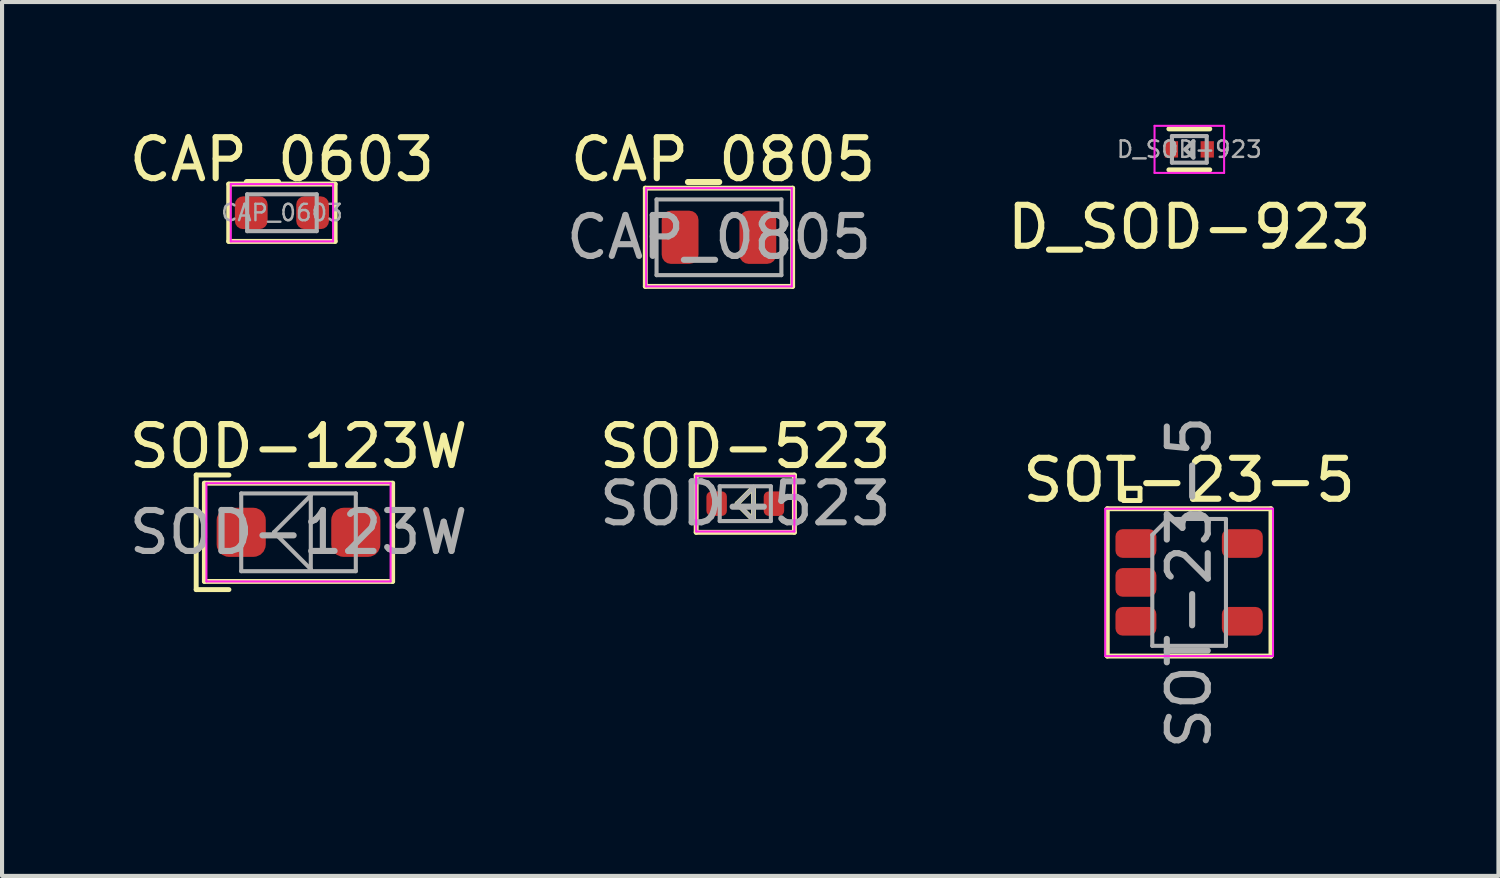
<source format=kicad_pcb>
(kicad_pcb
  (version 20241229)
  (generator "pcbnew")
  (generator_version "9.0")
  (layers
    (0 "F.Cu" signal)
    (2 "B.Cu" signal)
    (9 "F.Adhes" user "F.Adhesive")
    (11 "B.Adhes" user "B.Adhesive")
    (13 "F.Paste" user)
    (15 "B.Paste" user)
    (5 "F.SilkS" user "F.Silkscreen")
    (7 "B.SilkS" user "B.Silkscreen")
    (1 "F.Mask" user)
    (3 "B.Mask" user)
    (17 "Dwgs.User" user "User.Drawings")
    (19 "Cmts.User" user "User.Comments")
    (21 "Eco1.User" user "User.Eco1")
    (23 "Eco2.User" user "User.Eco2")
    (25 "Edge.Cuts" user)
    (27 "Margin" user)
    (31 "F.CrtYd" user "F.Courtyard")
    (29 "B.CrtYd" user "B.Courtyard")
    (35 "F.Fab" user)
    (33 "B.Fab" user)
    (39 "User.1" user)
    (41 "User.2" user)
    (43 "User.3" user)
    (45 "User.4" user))
  (footprint "D_SOD-923"
    (layer "F.Cu")
    (at 26.011 0.6)
    (property "Reference" "D_SOD-923" (at 0 1.9 0) (layer "F.SilkS") (effects (font (size 1 1) (thickness 0.15))))
    (attr through_hole)
    (fp_line (start -0.5 0.5) (end 0.5 0.5) (stroke (width 0.12) (type solid)) (layer "F.SilkS"))
    (fp_line (start 0.5 -0.5) (end -0.5 -0.5) (stroke (width 0.12) (type solid)) (layer "F.SilkS"))
    (fp_line (start -0.85 -0.575) (end 0.85 -0.575) (stroke (width 0.05) (type solid)) (layer "F.CrtYd"))
    (fp_line (start -0.85 0.575) (end -0.85 -0.575) (stroke (width 0.05) (type solid)) (layer "F.CrtYd"))
    (fp_line (start -0.85 0.575) (end 0.85 0.575) (stroke (width 0.05) (type solid)) (layer "F.CrtYd"))
    (fp_line (start 0.85 0.575) (end 0.85 -0.575) (stroke (width 0.05) (type solid)) (layer "F.CrtYd"))
    (fp_line (start -0.425 -0.325) (end 0.425 -0.325) (stroke (width 0.1) (type solid)) (layer "F.Fab"))
    (fp_line (start -0.425 0.325) (end -0.425 -0.325) (stroke (width 0.1) (type solid)) (layer "F.Fab"))
    (fp_line (start -0.425 0.325) (end 0.425 0.325) (stroke (width 0.1) (type solid)) (layer "F.Fab"))
    (fp_line (start -0.1 0) (end 0.1 0.2) (stroke (width 0.1) (type solid)) (layer "F.Fab"))
    (fp_line (start 0.1 -0.2) (end -0.1 0) (stroke (width 0.1) (type solid)) (layer "F.Fab"))
    (fp_line (start 0.1 0.2) (end 0.1 -0.2) (stroke (width 0.1) (type solid)) (layer "F.Fab"))
    (fp_line (start 0.425 0.325) (end 0.425 -0.325) (stroke (width 0.1) (type solid)) (layer "F.Fab"))
    (fp_text user "${REFERENCE}" (at 0 0 0) (layer "F.Fab") (effects (font (size 0.4 0.4) (thickness 0.06))))
    (pad "A" smd rect (at 0.438 0) (size 0.325 0.4) (layers "F.Cu" "F.Mask" "F.Paste"))
    (pad "K" smd rect (at -0.438 0) (size 0.325 0.4) (layers "F.Cu" "F.Mask" "F.Paste")))
  (footprint "CAP_0603"
    (layer "F.Cu")
    (at 3.839 2.148)
    (property "Reference" "CAP_0603" (at 0 -1.3 0) (layer "F.SilkS") (effects (font (size 1 1) (thickness 0.15))))
    (attr smd)
    (fp_line (start -1.3 -0.7) (end 1.3 -0.7) (stroke (width 0.12) (type solid)) (layer "F.SilkS"))
    (fp_line (start -1.3 0.7) (end -1.3 -0.7) (stroke (width 0.12) (type solid)) (layer "F.SilkS"))
    (fp_line (start 1.3 -0.7) (end 1.3 0.7) (stroke (width 0.12) (type solid)) (layer "F.SilkS"))
    (fp_line (start 1.3 0.7) (end -1.3 0.7) (stroke (width 0.12) (type solid)) (layer "F.SilkS"))
    (fp_line (start -1.25 -0.7) (end -1.25 0.7) (stroke (width 0.05) (type solid)) (layer "F.CrtYd"))
    (fp_line (start -1.25 -0.7) (end 1.25 -0.7) (stroke (width 0.05) (type solid)) (layer "F.CrtYd"))
    (fp_line (start -1.25 0.7) (end 1.25 0.7) (stroke (width 0.05) (type solid)) (layer "F.CrtYd"))
    (fp_line (start 1.25 0.7) (end 1.25 -0.7) (stroke (width 0.05) (type solid)) (layer "F.CrtYd"))
    (fp_line (start -0.85 -0.45) (end -0.85 0.45) (stroke (width 0.1) (type solid)) (layer "F.Fab"))
    (fp_line (start -0.85 -0.45) (end 0.85 -0.45) (stroke (width 0.1) (type solid)) (layer "F.Fab"))
    (fp_line (start -0.85 0.45) (end 0.85 0.45) (stroke (width 0.1) (type solid)) (layer "F.Fab"))
    (fp_line (start 0.85 0.45) (end 0.85 -0.45) (stroke (width 0.1) (type solid)) (layer "F.Fab"))
    (fp_text user "${REFERENCE}" (at 0 0 0) (layer "F.Fab") (effects (font (size 0.4 0.4) (thickness 0.06))))
    (pad "1" smd roundrect (at -0.75 0) (size 0.8 0.8) (layers "F.Cu" "F.Mask" "F.Paste") (roundrect_rratio 0.25))
    (pad "2" smd roundrect (at 0.75 0) (size 0.8 0.8) (layers "F.Cu" "F.Mask" "F.Paste") (roundrect_rratio 0.25)))
  (footprint "SOT-23-5"
    (layer "F.Cu")
    (at 26.006 11.181)
    (property "Reference" "SOT-23-5" (at 0 -2.5 0) (layer "F.SilkS") (effects (font (size 1 1) (thickness 0.15))))
    (attr smd)
    (fp_line (start -2 -1.8) (end -2 1.8) (stroke (width 0.12) (type solid)) (layer "F.SilkS"))
    (fp_line (start -2 1.8) (end 2 1.8) (stroke (width 0.12) (type solid)) (layer "F.SilkS"))
    (fp_line (start -1.6 -2.3) (end -1.6 -2) (stroke (width 0.12) (type solid)) (layer "F.SilkS"))
    (fp_line (start -1.6 -2) (end -1.2 -2) (stroke (width 0.12) (type solid)) (layer "F.SilkS"))
    (fp_line (start -1.2 -2.3) (end -1.6 -2.3) (stroke (width 0.12) (type solid)) (layer "F.SilkS"))
    (fp_line (start -1.2 -2) (end -1.2 -2.3) (stroke (width 0.12) (type solid)) (layer "F.SilkS"))
    (fp_line (start 2 -1.8) (end -2 -1.8) (stroke (width 0.12) (type solid)) (layer "F.SilkS"))
    (fp_line (start 2 1.8) (end 2 -1.8) (stroke (width 0.12) (type solid)) (layer "F.SilkS"))
    (fp_line (start -2.05 -1.8) (end -2.05 1.8) (stroke (width 0.05) (type solid)) (layer "F.CrtYd"))
    (fp_line (start -2.05 -1.8) (end 2.05 -1.8) (stroke (width 0.05) (type solid)) (layer "F.CrtYd"))
    (fp_line (start -2.05 1.8) (end 2.05 1.8) (stroke (width 0.05) (type solid)) (layer "F.CrtYd"))
    (fp_line (start 2.05 -1.8) (end 2.05 1.8) (stroke (width 0.05) (type solid)) (layer "F.CrtYd"))
    (fp_line (start -0.9 -1.163) (end -0.9 1.55) (stroke (width 0.1) (type solid)) (layer "F.Fab"))
    (fp_line (start -0.9 -1.163) (end -0.512 -1.55) (stroke (width 0.1) (type solid)) (layer "F.Fab"))
    (fp_line (start -0.9 1.55) (end 0.9 1.55) (stroke (width 0.1) (type solid)) (layer "F.Fab"))
    (fp_line (start -0.512 -1.55) (end 0.9 -1.55) (stroke (width 0.1) (type solid)) (layer "F.Fab"))
    (fp_line (start 0.9 -1.55) (end 0.9 1.55) (stroke (width 0.1) (type solid)) (layer "F.Fab"))
    (fp_text user "${REFERENCE}" (at 0 0 90) (layer "F.Fab") (effects (font (size 1 1) (thickness 0.15))))
    (pad "1" smd roundrect (at -1.3 -0.95) (size 1 0.7) (layers "F.Cu" "F.Mask" "F.Paste") (roundrect_rratio 0.25))
    (pad "2" smd roundrect (at -1.3 0) (size 1 0.7) (layers "F.Cu" "F.Mask" "F.Paste") (roundrect_rratio 0.25))
    (pad "3" smd roundrect (at -1.3 0.95) (size 1 0.7) (layers "F.Cu" "F.Mask" "F.Paste") (roundrect_rratio 0.25))
    (pad "4" smd roundrect (at 1.3 0.95) (size 1 0.7) (layers "F.Cu" "F.Mask" "F.Paste") (roundrect_rratio 0.25))
    (pad "5" smd roundrect (at 1.3 -0.95) (size 1 0.7) (layers "F.Cu" "F.Mask" "F.Paste") (roundrect_rratio 0.25)))
  (footprint "CAP_0805"
    (layer "F.Cu")
    (at 14.518 2.748)
    (property "Reference" "CAP_0805" (at 0.1 -1.9 0) (layer "F.SilkS") (effects (font (size 1 1) (thickness 0.15))))
    (attr through_hole)
    (fp_line (start -1.8 -1.2) (end -1.8 1.2) (stroke (width 0.12) (type solid)) (layer "F.SilkS"))
    (fp_line (start -1.8 1.2) (end 1.8 1.2) (stroke (width 0.12) (type solid)) (layer "F.SilkS"))
    (fp_line (start 1.8 -1.2) (end -1.8 -1.2) (stroke (width 0.12) (type solid)) (layer "F.SilkS"))
    (fp_line (start 1.8 1.2) (end 1.8 -1.2) (stroke (width 0.12) (type solid)) (layer "F.SilkS"))
    (fp_line (start -1.78 -1.2) (end -1.78 1.2) (stroke (width 0.05) (type solid)) (layer "F.CrtYd"))
    (fp_line (start -1.78 -1.2) (end 1.78 -1.2) (stroke (width 0.05) (type solid)) (layer "F.CrtYd"))
    (fp_line (start -1.78 1.2) (end 1.78 1.2) (stroke (width 0.05) (type solid)) (layer "F.CrtYd"))
    (fp_line (start 1.78 -1.2) (end 1.78 1.2) (stroke (width 0.05) (type solid)) (layer "F.CrtYd"))
    (fp_line (start -1.525 -0.925) (end 1.525 -0.925) (stroke (width 0.1) (type solid)) (layer "F.Fab"))
    (fp_line (start -1.525 0.925) (end -1.525 -0.925) (stroke (width 0.1) (type solid)) (layer "F.Fab"))
    (fp_line (start -1.525 0.925) (end 1.525 0.925) (stroke (width 0.1) (type solid)) (layer "F.Fab"))
    (fp_line (start 1.525 0.925) (end 1.525 -0.925) (stroke (width 0.1) (type solid)) (layer "F.Fab"))
    (fp_text user "${REFERENCE}" (at 0 0 0) (layer "F.Fab") (effects (font (size 1 1) (thickness 0.15))))
    (pad "1" smd roundrect (at -0.95 0) (size 0.9 1.3) (layers "F.Cu" "F.Mask" "F.Paste") (roundrect_rratio 0.25))
    (pad "2" smd roundrect (at 0.95 0) (size 0.9 1.3) (layers "F.Cu" "F.Mask" "F.Paste") (roundrect_rratio 0.25)))
  (footprint "SOD-523"
    (layer "F.Cu")
    (at 15.161 9.257)
    (property "Reference" "SOD-523" (at 0 -1.4 0) (layer "F.SilkS") (effects (font (size 1 1) (thickness 0.15))))
    (attr smd)
    (fp_line (start -1.2 -0.7) (end 1.2 -0.7) (stroke (width 0.12) (type solid)) (layer "F.SilkS"))
    (fp_line (start -1.2 0.7) (end -1.2 -0.7) (stroke (width 0.12) (type solid)) (layer "F.SilkS"))
    (fp_line (start -0.2 0) (end 0.2 -0.4) (stroke (width 0.12) (type solid)) (layer "F.SilkS"))
    (fp_line (start 0.2 -0.4) (end 0.2 0.4) (stroke (width 0.12) (type solid)) (layer "F.SilkS"))
    (fp_line (start 0.2 0.4) (end -0.2 0) (stroke (width 0.12) (type solid)) (layer "F.SilkS"))
    (fp_line (start 1.2 -0.7) (end 1.2 0.7) (stroke (width 0.12) (type solid)) (layer "F.SilkS"))
    (fp_line (start 1.2 0.7) (end -1.2 0.7) (stroke (width 0.12) (type solid)) (layer "F.SilkS"))
    (fp_line (start -1.2 -0.68) (end -1.2 0.68) (stroke (width 0.05) (type solid)) (layer "F.CrtYd"))
    (fp_line (start -1.2 -0.68) (end 1.2 -0.68) (stroke (width 0.05) (type solid)) (layer "F.CrtYd"))
    (fp_line (start -1.2 0.68) (end 1.2 0.68) (stroke (width 0.05) (type solid)) (layer "F.CrtYd"))
    (fp_line (start 1.2 -0.68) (end 1.2 0.68) (stroke (width 0.05) (type solid)) (layer "F.CrtYd"))
    (fp_line (start -0.625 -0.425) (end -0.625 0.425) (stroke (width 0.1) (type solid)) (layer "F.Fab"))
    (fp_line (start -0.625 -0.425) (end 0.625 -0.425) (stroke (width 0.1) (type solid)) (layer "F.Fab"))
    (fp_line (start -0.625 0.425) (end 0.625 0.425) (stroke (width 0.1) (type solid)) (layer "F.Fab"))
    (fp_line (start -0.2 0) (end 0.2 -0.4) (stroke (width 0.1) (type solid)) (layer "F.Fab"))
    (fp_line (start 0.2 -0.4) (end 0.2 0.4) (stroke (width 0.1) (type solid)) (layer "F.Fab"))
    (fp_line (start 0.2 0.4) (end -0.2 0) (stroke (width 0.1) (type solid)) (layer "F.Fab"))
    (fp_line (start 0.625 -0.425) (end 0.625 0.425) (stroke (width 0.1) (type solid)) (layer "F.Fab"))
    (fp_text user "${REFERENCE}" (at 0 0 0) (layer "F.Fab") (effects (font (size 1 1) (thickness 0.15))))
    (pad "A" smd roundrect (at 0.7 0) (size 0.5 0.6) (layers "F.Cu" "F.Mask" "F.Paste") (roundrect_rratio 0.25))
    (pad "K" smd roundrect (at -0.7 0) (size 0.5 0.6) (layers "F.Cu" "F.Mask" "F.Paste") (roundrect_rratio 0.25)))
  (footprint "SOD-123W"
    (layer "F.Cu")
    (at 4.244 9.957)
    (property "Reference" "SOD-123W" (at 0 -2.1 0) (layer "F.SilkS") (effects (font (size 1 1) (thickness 0.15))))
    (attr smd)
    (fp_line (start -2.5 -1.4) (end -2.5 1.4) (stroke (width 0.12) (type solid)) (layer "F.SilkS"))
    (fp_line (start -2.5 1.4) (end -1.7 1.4) (stroke (width 0.12) (type solid)) (layer "F.SilkS"))
    (fp_line (start -2.3 -1.2) (end 2.3 -1.2) (stroke (width 0.12) (type solid)) (layer "F.SilkS"))
    (fp_line (start -2.3 1.2) (end -2.3 -1.2) (stroke (width 0.12) (type solid)) (layer "F.SilkS"))
    (fp_line (start -1.7 -1.4) (end -2.5 -1.4) (stroke (width 0.12) (type solid)) (layer "F.SilkS"))
    (fp_line (start 2.3 -1.2) (end 2.3 1.2) (stroke (width 0.12) (type solid)) (layer "F.SilkS"))
    (fp_line (start 2.3 1.2) (end -2.3 1.2) (stroke (width 0.12) (type solid)) (layer "F.SilkS"))
    (fp_line (start -2.25 -1.2) (end -2.25 1.2) (stroke (width 0.05) (type solid)) (layer "F.CrtYd"))
    (fp_line (start -2.25 -1.2) (end 2.25 -1.2) (stroke (width 0.05) (type solid)) (layer "F.CrtYd"))
    (fp_line (start -2.25 1.2) (end 2.25 1.2) (stroke (width 0.05) (type solid)) (layer "F.CrtYd"))
    (fp_line (start 2.25 -1.2) (end 2.25 1.2) (stroke (width 0.05) (type solid)) (layer "F.CrtYd"))
    (fp_line (start -1.4 -0.95) (end -1.4 0.95) (stroke (width 0.1) (type solid)) (layer "F.Fab"))
    (fp_line (start -1.4 -0.95) (end 1.4 -0.95) (stroke (width 0.1) (type solid)) (layer "F.Fab"))
    (fp_line (start -1.4 0.95) (end 1.4 0.95) (stroke (width 0.1) (type solid)) (layer "F.Fab"))
    (fp_line (start -0.6 0) (end 0.3 -0.9) (stroke (width 0.1) (type solid)) (layer "F.Fab"))
    (fp_line (start 0.3 -0.9) (end 0.3 0.9) (stroke (width 0.1) (type solid)) (layer "F.Fab"))
    (fp_line (start 0.3 0.9) (end -0.6 0) (stroke (width 0.1) (type solid)) (layer "F.Fab"))
    (fp_line (start 1.4 -0.95) (end 1.4 0.95) (stroke (width 0.1) (type solid)) (layer "F.Fab"))
    (fp_text user "${REFERENCE}" (at 0 0 0) (layer "F.Fab") (effects (font (size 1 1) (thickness 0.15))))
    (pad "" smd roundrect (at -1.4 0) (size 1.1 1.1) (layers "F.Paste") (roundrect_rratio 0.25))
    (pad "" smd roundrect (at 1.4 0) (size 1.1 1.1) (layers "F.Paste") (roundrect_rratio 0.25))
    (pad "A" smd roundrect (at 1.4 0) (size 1.2 1.2) (layers "F.Cu" "F.Mask") (roundrect_rratio 0.25))
    (pad "K" smd roundrect (at -1.4 0) (size 1.2 1.2) (layers "F.Cu" "F.Mask") (roundrect_rratio 0.25)))
  (gr_rect
    (start -3 -3)
    (end 33.564 18.353)
    (stroke (width 0.1) (type default))
    (fill no)
    (layer "Edge.Cuts")))
</source>
